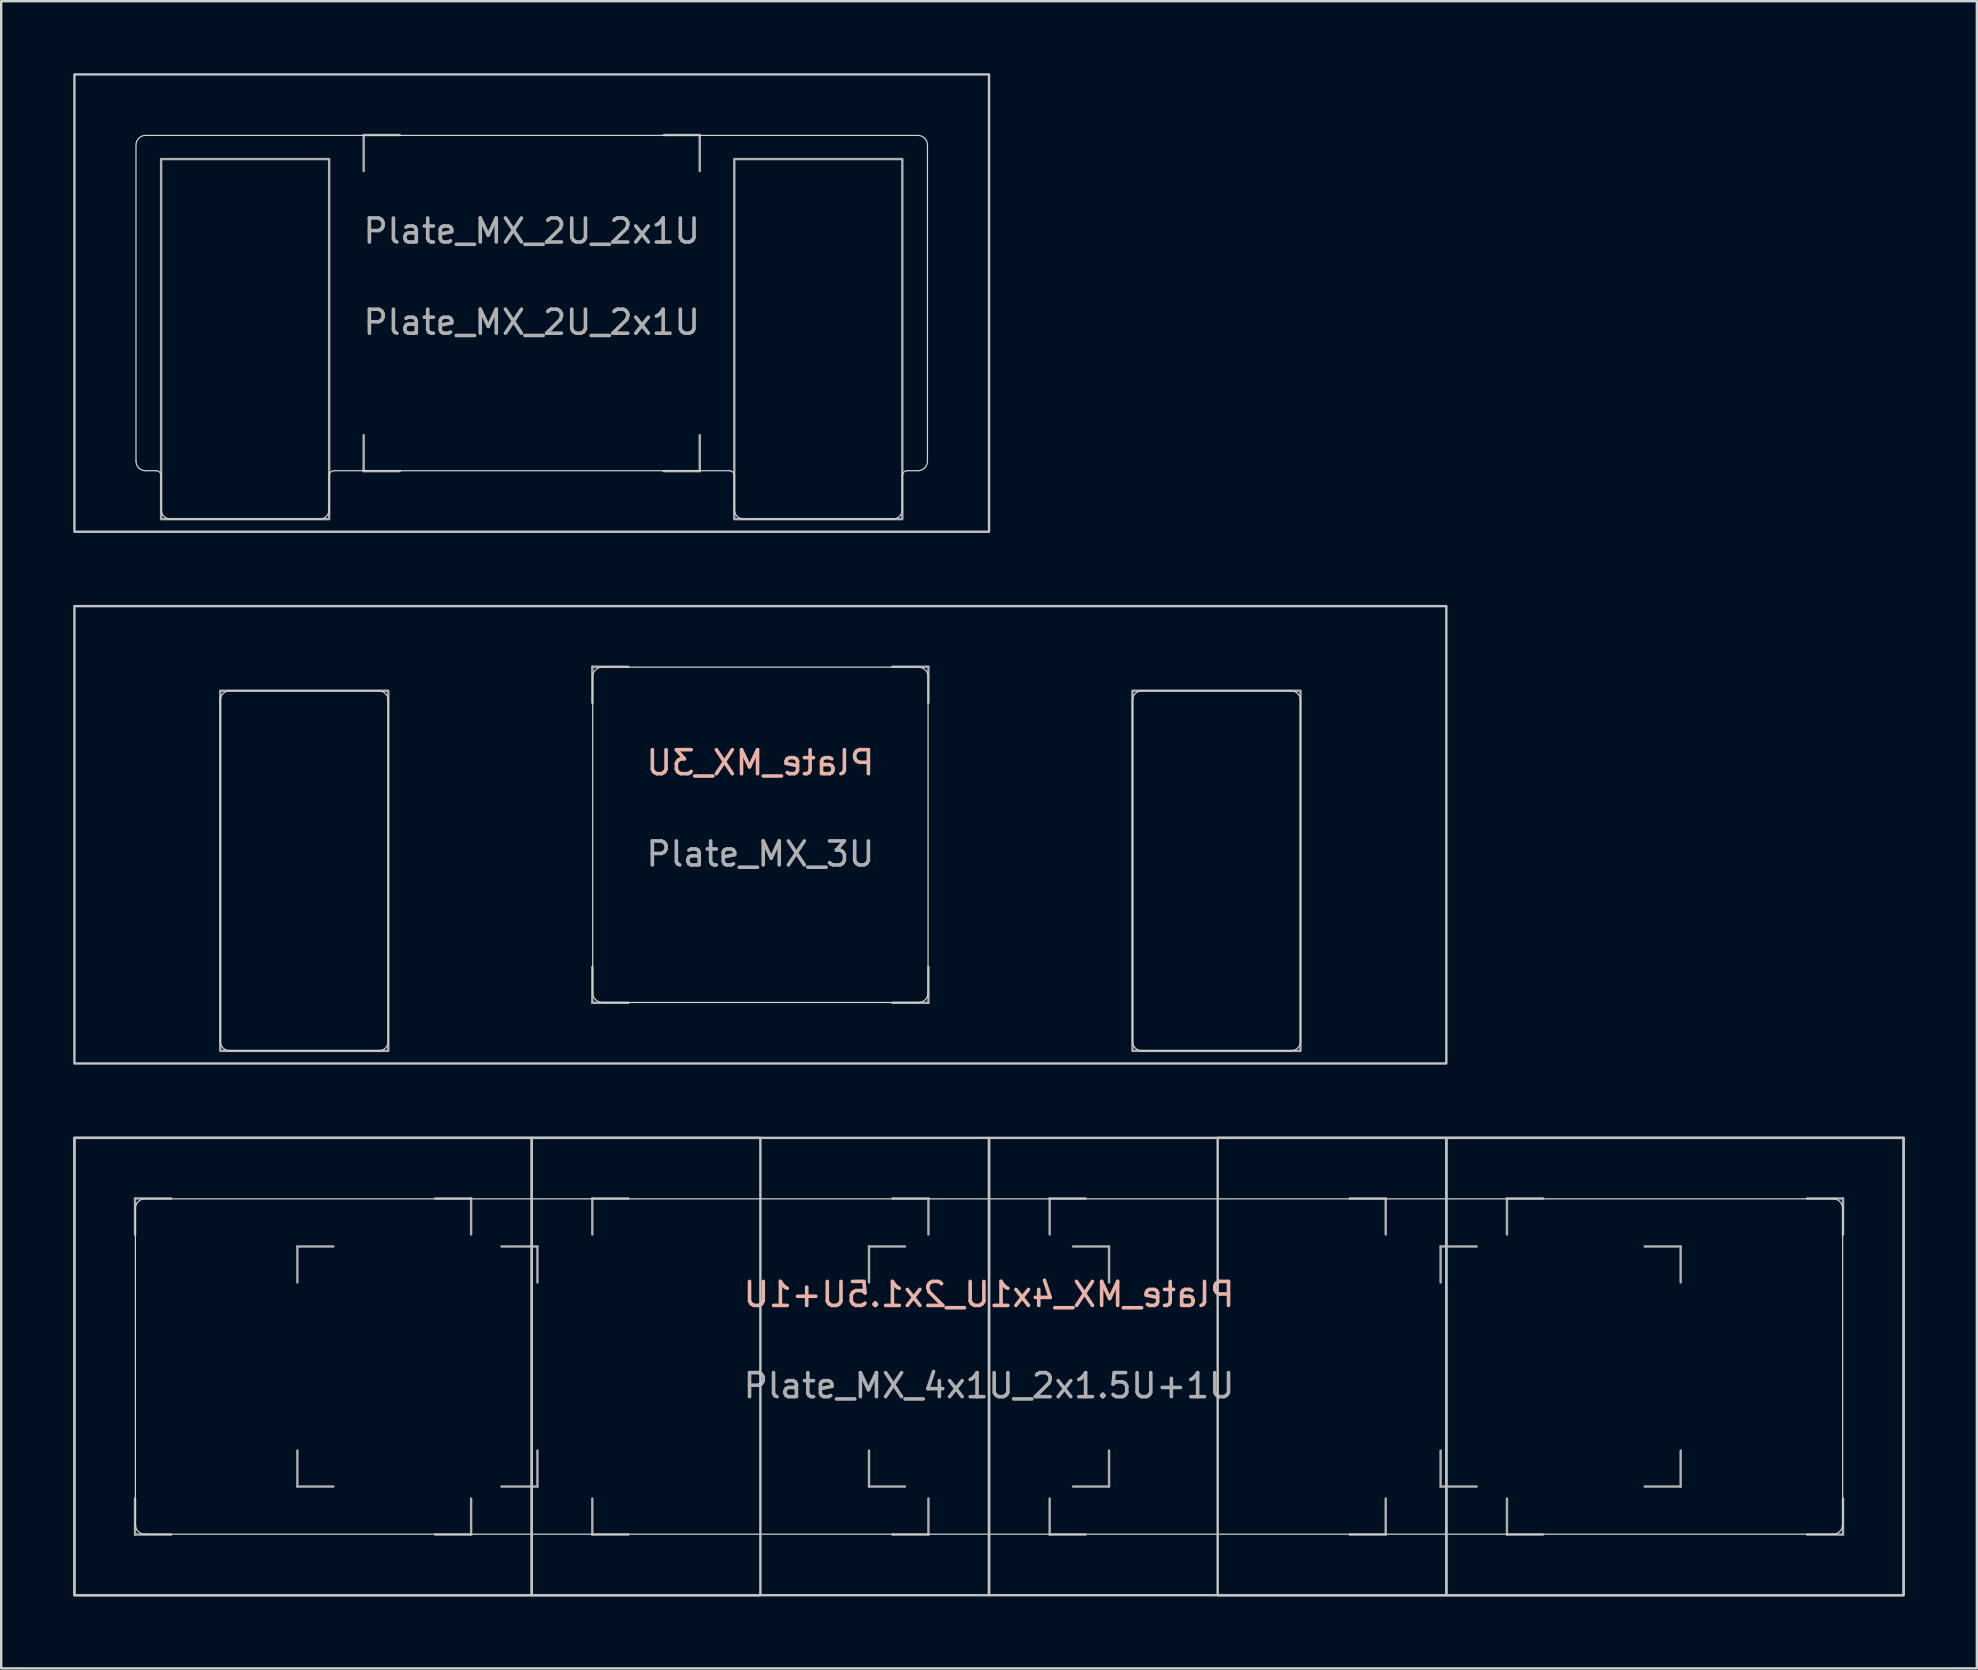
<source format=kicad_pcb>
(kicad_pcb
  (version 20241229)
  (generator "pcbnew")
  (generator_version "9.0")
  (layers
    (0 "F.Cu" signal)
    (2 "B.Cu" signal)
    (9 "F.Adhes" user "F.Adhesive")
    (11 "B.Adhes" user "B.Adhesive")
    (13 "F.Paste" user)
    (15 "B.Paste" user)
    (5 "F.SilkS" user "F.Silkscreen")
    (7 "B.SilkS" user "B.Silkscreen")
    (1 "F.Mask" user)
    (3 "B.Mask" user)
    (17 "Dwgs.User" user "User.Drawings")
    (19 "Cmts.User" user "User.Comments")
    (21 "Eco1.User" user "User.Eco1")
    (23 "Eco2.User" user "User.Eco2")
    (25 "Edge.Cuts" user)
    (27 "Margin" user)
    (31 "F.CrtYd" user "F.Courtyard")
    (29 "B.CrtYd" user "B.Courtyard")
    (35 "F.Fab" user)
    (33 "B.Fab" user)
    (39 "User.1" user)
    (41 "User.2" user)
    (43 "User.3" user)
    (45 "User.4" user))
  (footprint "Plate_MX_4x1U_2x1.5U+1U"
    (layer "F.Cu")
    (at 38.15 53.875)
    (property "Reference" "Plate_MX_4x1U_2x1.5U+1U" (at 0 -3 0) (layer "B.SilkS") (effects (font (size 1 1) (thickness 0.15)) (justify mirror)))
    (attr exclude_from_pos_files exclude_from_bom)
    (fp_rect (start -38.1 -9.525) (end -19.05 9.525) (stroke (width 0.1) (type default)) (fill no) (layer "Dwgs.User"))
    (fp_rect (start -38.1 -9.525) (end -9.525 9.525) (stroke (width 0.1) (type default)) (fill no) (layer "Dwgs.User"))
    (fp_rect (start -19.05 -9.525) (end 0 9.525) (stroke (width 0.1) (type default)) (fill no) (layer "Dwgs.User"))
    (fp_rect (start 0 -9.525) (end 19.05 9.525) (stroke (width 0.1) (type default)) (fill no) (layer "Dwgs.User"))
    (fp_rect (start 9.525 -9.525) (end 38.1 9.525) (stroke (width 0.1) (type default)) (fill no) (layer "Dwgs.User"))
    (fp_rect (start 19.05 -9.525) (end 38.1 9.525) (stroke (width 0.1) (type default)) (fill no) (layer "Dwgs.User"))
    (fp_line (start -35.56 6.585) (end -35.56 -6.585) (stroke (width 0.05) (type default)) (layer "Edge.Cuts"))
    (fp_line (start -35.16 -6.985) (end 35.16 -6.985) (stroke (width 0.05) (type default)) (layer "Edge.Cuts"))
    (fp_line (start 35.16 6.985) (end -35.16 6.985) (stroke (width 0.05) (type default)) (layer "Edge.Cuts"))
    (fp_line (start 35.56 -6.585) (end 35.56 6.585) (stroke (width 0.05) (type default)) (layer "Edge.Cuts"))
    (fp_arc (start -35.56 -6.585) (mid -35.442843 -6.867843) (end -35.16 -6.985) (stroke (width 0.05) (type default)) (layer "Edge.Cuts"))
    (fp_arc (start -35.16 6.985) (mid -35.442843 6.867843) (end -35.56 6.585) (stroke (width 0.05) (type default)) (layer "Edge.Cuts"))
    (fp_arc (start 35.16 -6.985) (mid 35.442843 -6.867843) (end 35.56 -6.585) (stroke (width 0.05) (type default)) (layer "Edge.Cuts"))
    (fp_arc (start 35.56 6.585) (mid 35.442843 6.867843) (end 35.16 6.985) (stroke (width 0.05) (type default)) (layer "Edge.Cuts"))
    (fp_line (start -35.575 -7) (end -35.575 -5.5) (stroke (width 0.1) (type default)) (layer "F.Fab"))
    (fp_line (start -35.575 -7) (end -34.075 -7) (stroke (width 0.1) (type default)) (layer "F.Fab"))
    (fp_line (start -35.575 5.5) (end -35.575 7) (stroke (width 0.1) (type default)) (layer "F.Fab"))
    (fp_line (start -34.075 7) (end -35.575 7) (stroke (width 0.1) (type default)) (layer "F.Fab"))
    (fp_line (start -28.812 -5) (end -28.812 -3.5) (stroke (width 0.1) (type default)) (layer "F.Fab"))
    (fp_line (start -28.812 -5) (end -27.312 -5) (stroke (width 0.1) (type default)) (layer "F.Fab"))
    (fp_line (start -28.812 3.5) (end -28.812 5) (stroke (width 0.1) (type default)) (layer "F.Fab"))
    (fp_line (start -27.312 5) (end -28.812 5) (stroke (width 0.1) (type default)) (layer "F.Fab"))
    (fp_line (start -23.075 -7) (end -21.575 -7) (stroke (width 0.1) (type default)) (layer "F.Fab"))
    (fp_line (start -21.575 -5.5) (end -21.575 -7) (stroke (width 0.1) (type default)) (layer "F.Fab"))
    (fp_line (start -21.575 7) (end -23.075 7) (stroke (width 0.1) (type default)) (layer "F.Fab"))
    (fp_line (start -21.575 7) (end -21.575 5.5) (stroke (width 0.1) (type default)) (layer "F.Fab"))
    (fp_line (start -20.312 -5) (end -18.812 -5) (stroke (width 0.1) (type default)) (layer "F.Fab"))
    (fp_line (start -18.812 -3.5) (end -18.812 -5) (stroke (width 0.1) (type default)) (layer "F.Fab"))
    (fp_line (start -18.812 5) (end -20.312 5) (stroke (width 0.1) (type default)) (layer "F.Fab"))
    (fp_line (start -18.812 5) (end -18.812 3.5) (stroke (width 0.1) (type default)) (layer "F.Fab"))
    (fp_line (start -16.525 -7) (end -16.525 -5.5) (stroke (width 0.1) (type default)) (layer "F.Fab"))
    (fp_line (start -16.525 -7) (end -15.025 -7) (stroke (width 0.1) (type default)) (layer "F.Fab"))
    (fp_line (start -16.525 5.5) (end -16.525 7) (stroke (width 0.1) (type default)) (layer "F.Fab"))
    (fp_line (start -15.025 7) (end -16.525 7) (stroke (width 0.1) (type default)) (layer "F.Fab"))
    (fp_line (start -5 -5) (end -5 -3.5) (stroke (width 0.1) (type default)) (layer "F.Fab"))
    (fp_line (start -5 -5) (end -3.5 -5) (stroke (width 0.1) (type default)) (layer "F.Fab"))
    (fp_line (start -5 3.5) (end -5 5) (stroke (width 0.1) (type default)) (layer "F.Fab"))
    (fp_line (start -4.025 -7) (end -2.525 -7) (stroke (width 0.1) (type default)) (layer "F.Fab"))
    (fp_line (start -3.5 5) (end -5 5) (stroke (width 0.1) (type default)) (layer "F.Fab"))
    (fp_line (start -2.525 -5.5) (end -2.525 -7) (stroke (width 0.1) (type default)) (layer "F.Fab"))
    (fp_line (start -2.525 7) (end -4.025 7) (stroke (width 0.1) (type default)) (layer "F.Fab"))
    (fp_line (start -2.525 7) (end -2.525 5.5) (stroke (width 0.1) (type default)) (layer "F.Fab"))
    (fp_line (start 2.525 -7) (end 2.525 -5.5) (stroke (width 0.1) (type default)) (layer "F.Fab"))
    (fp_line (start 2.525 -7) (end 4.025 -7) (stroke (width 0.1) (type default)) (layer "F.Fab"))
    (fp_line (start 2.525 5.5) (end 2.525 7) (stroke (width 0.1) (type default)) (layer "F.Fab"))
    (fp_line (start 3.5 -5) (end 5 -5) (stroke (width 0.1) (type default)) (layer "F.Fab"))
    (fp_line (start 4.025 7) (end 2.525 7) (stroke (width 0.1) (type default)) (layer "F.Fab"))
    (fp_line (start 5 -3.5) (end 5 -5) (stroke (width 0.1) (type default)) (layer "F.Fab"))
    (fp_line (start 5 5) (end 3.5 5) (stroke (width 0.1) (type default)) (layer "F.Fab"))
    (fp_line (start 5 5) (end 5 3.5) (stroke (width 0.1) (type default)) (layer "F.Fab"))
    (fp_line (start 15.025 -7) (end 16.525 -7) (stroke (width 0.1) (type default)) (layer "F.Fab"))
    (fp_line (start 16.525 -5.5) (end 16.525 -7) (stroke (width 0.1) (type default)) (layer "F.Fab"))
    (fp_line (start 16.525 7) (end 15.025 7) (stroke (width 0.1) (type default)) (layer "F.Fab"))
    (fp_line (start 16.525 7) (end 16.525 5.5) (stroke (width 0.1) (type default)) (layer "F.Fab"))
    (fp_line (start 18.812 -5) (end 18.812 -3.5) (stroke (width 0.1) (type default)) (layer "F.Fab"))
    (fp_line (start 18.812 -5) (end 20.312 -5) (stroke (width 0.1) (type default)) (layer "F.Fab"))
    (fp_line (start 18.812 3.5) (end 18.812 5) (stroke (width 0.1) (type default)) (layer "F.Fab"))
    (fp_line (start 20.312 5) (end 18.812 5) (stroke (width 0.1) (type default)) (layer "F.Fab"))
    (fp_line (start 21.575 -7) (end 21.575 -5.5) (stroke (width 0.1) (type default)) (layer "F.Fab"))
    (fp_line (start 21.575 -7) (end 23.075 -7) (stroke (width 0.1) (type default)) (layer "F.Fab"))
    (fp_line (start 21.575 5.5) (end 21.575 7) (stroke (width 0.1) (type default)) (layer "F.Fab"))
    (fp_line (start 23.075 7) (end 21.575 7) (stroke (width 0.1) (type default)) (layer "F.Fab"))
    (fp_line (start 27.312 -5) (end 28.812 -5) (stroke (width 0.1) (type default)) (layer "F.Fab"))
    (fp_line (start 28.812 -3.5) (end 28.812 -5) (stroke (width 0.1) (type default)) (layer "F.Fab"))
    (fp_line (start 28.812 5) (end 27.312 5) (stroke (width 0.1) (type default)) (layer "F.Fab"))
    (fp_line (start 28.812 5) (end 28.812 3.5) (stroke (width 0.1) (type default)) (layer "F.Fab"))
    (fp_line (start 34.075 -7) (end 35.575 -7) (stroke (width 0.1) (type default)) (layer "F.Fab"))
    (fp_line (start 35.575 -5.5) (end 35.575 -7) (stroke (width 0.1) (type default)) (layer "F.Fab"))
    (fp_line (start 35.575 7) (end 34.075 7) (stroke (width 0.1) (type default)) (layer "F.Fab"))
    (fp_line (start 35.575 7) (end 35.575 5.5) (stroke (width 0.1) (type default)) (layer "F.Fab"))
    (fp_text user "${REFERENCE}" (at 0 0.8 0) (layer "F.Fab") (effects (font (size 1 1) (thickness 0.15)))))
  (footprint "Plate_MX_3U"
    (layer "F.Cu")
    (at 28.625 31.725)
    (property "Reference" "Plate_MX_3U" (at 0 -3 0) (layer "B.SilkS") (effects (font (size 1 1) (thickness 0.15)) (justify mirror)))
    (attr exclude_from_pos_files exclude_from_bom)
    (fp_rect (start -28.575 -9.525) (end 28.575 9.525) (stroke (width 0.1) (type default)) (fill no) (layer "Dwgs.User"))
    (fp_line (start -22.5 8.6) (end -22.5 -5.6) (stroke (width 0.05) (type default)) (layer "Edge.Cuts"))
    (fp_line (start -22.1 -6) (end -15.9 -6) (stroke (width 0.05) (type default)) (layer "Edge.Cuts"))
    (fp_line (start -15.9 9) (end -22.1 9) (stroke (width 0.05) (type default)) (layer "Edge.Cuts"))
    (fp_line (start -15.5 -5.6) (end -15.5 8.6) (stroke (width 0.05) (type default)) (layer "Edge.Cuts"))
    (fp_line (start -6.985 6.585) (end -6.985 -6.585) (stroke (width 0.05) (type default)) (layer "Edge.Cuts"))
    (fp_line (start -6.585 -6.985) (end 6.585 -6.985) (stroke (width 0.05) (type default)) (layer "Edge.Cuts"))
    (fp_line (start 6.585 6.985) (end -6.585 6.985) (stroke (width 0.05) (type default)) (layer "Edge.Cuts"))
    (fp_line (start 6.985 -6.585) (end 6.985 6.585) (stroke (width 0.05) (type default)) (layer "Edge.Cuts"))
    (fp_line (start 15.5 8.6) (end 15.5 -5.6) (stroke (width 0.05) (type default)) (layer "Edge.Cuts"))
    (fp_line (start 15.9 -6) (end 22.1 -6) (stroke (width 0.05) (type default)) (layer "Edge.Cuts"))
    (fp_line (start 22.1 9) (end 15.9 9) (stroke (width 0.05) (type default)) (layer "Edge.Cuts"))
    (fp_line (start 22.5 -5.6) (end 22.5 8.6) (stroke (width 0.05) (type default)) (layer "Edge.Cuts"))
    (fp_arc (start -22.5 -5.6) (mid -22.382843 -5.882843) (end -22.1 -6) (stroke (width 0.05) (type default)) (layer "Edge.Cuts"))
    (fp_arc (start -22.1 9) (mid -22.382843 8.882843) (end -22.5 8.6) (stroke (width 0.05) (type default)) (layer "Edge.Cuts"))
    (fp_arc (start -15.9 -6) (mid -15.617157 -5.882843) (end -15.5 -5.6) (stroke (width 0.05) (type default)) (layer "Edge.Cuts"))
    (fp_arc (start -15.5 8.6) (mid -15.617157 8.882843) (end -15.9 9) (stroke (width 0.05) (type default)) (layer "Edge.Cuts"))
    (fp_arc (start -6.985 -6.585) (mid -6.867843 -6.867843) (end -6.585 -6.985) (stroke (width 0.05) (type default)) (layer "Edge.Cuts"))
    (fp_arc (start -6.585 6.985) (mid -6.867843 6.867843) (end -6.985 6.585) (stroke (width 0.05) (type default)) (layer "Edge.Cuts"))
    (fp_arc (start 6.585 -6.985) (mid 6.867843 -6.867843) (end 6.985 -6.585) (stroke (width 0.05) (type default)) (layer "Edge.Cuts"))
    (fp_arc (start 6.985 6.585) (mid 6.867843 6.867843) (end 6.585 6.985) (stroke (width 0.05) (type default)) (layer "Edge.Cuts"))
    (fp_arc (start 15.5 -5.6) (mid 15.617157 -5.882843) (end 15.9 -6) (stroke (width 0.05) (type default)) (layer "Edge.Cuts"))
    (fp_arc (start 15.9 9) (mid 15.617157 8.882843) (end 15.5 8.6) (stroke (width 0.05) (type default)) (layer "Edge.Cuts"))
    (fp_arc (start 22.1 -6) (mid 22.382843 -5.882843) (end 22.5 -5.6) (stroke (width 0.05) (type default)) (layer "Edge.Cuts"))
    (fp_arc (start 22.5 8.6) (mid 22.382843 8.882843) (end 22.1 9) (stroke (width 0.05) (type default)) (layer "Edge.Cuts"))
    (fp_line (start -7 -7) (end -7 -5.5) (stroke (width 0.1) (type default)) (layer "F.Fab"))
    (fp_line (start -7 -7) (end -5.5 -7) (stroke (width 0.1) (type default)) (layer "F.Fab"))
    (fp_line (start -7 5.5) (end -7 7) (stroke (width 0.1) (type default)) (layer "F.Fab"))
    (fp_line (start -5.5 7) (end -7 7) (stroke (width 0.1) (type default)) (layer "F.Fab"))
    (fp_line (start 5.5 -7) (end 7 -7) (stroke (width 0.1) (type default)) (layer "F.Fab"))
    (fp_line (start 7 -5.5) (end 7 -7) (stroke (width 0.1) (type default)) (layer "F.Fab"))
    (fp_line (start 7 7) (end 5.5 7) (stroke (width 0.1) (type default)) (layer "F.Fab"))
    (fp_line (start 7 7) (end 7 5.5) (stroke (width 0.1) (type default)) (layer "F.Fab"))
    (fp_rect (start -22.5 -6) (end -15.5 9) (stroke (width 0.1) (type default)) (fill no) (layer "F.Fab"))
    (fp_rect (start 15.5 -6) (end 22.5 9) (stroke (width 0.1) (type default)) (fill no) (layer "F.Fab"))
    (fp_text user "${REFERENCE}" (at 0 0.8 0) (layer "F.Fab") (effects (font (size 1 1) (thickness 0.15)))))
  (footprint "Plate_MX_2U_2x1U"
    (layer "F.Cu")
    (at 19.1 9.575)
    (property "Reference" "Plate_MX_2U_2x1U" (at 0 -3 0) (layer "F.Fab") (effects (font (size 1 1) (thickness 0.15))))
    (attr through_hole exclude_from_pos_files exclude_from_bom)
    (fp_rect (start -19.05 -9.525) (end 19.05 9.525) (stroke (width 0.1) (type default)) (fill no) (layer "Dwgs.User"))
    (fp_line (start -16.485 6.585) (end -16.485 -6.585) (stroke (width 0.05) (type default)) (layer "Edge.Cuts"))
    (fp_line (start -16.085 -6.985) (end 16.085 -6.985) (stroke (width 0.05) (type default)) (layer "Edge.Cuts"))
    (fp_line (start -15.638 6.985) (end -16.085 6.985) (stroke (width 0.05) (type default)) (layer "Edge.Cuts"))
    (fp_line (start -15.438 7.185) (end -15.438 8.6) (stroke (width 0.05) (type default)) (layer "Edge.Cuts"))
    (fp_line (start -15.038 9) (end -8.838 9) (stroke (width 0.05) (type default)) (layer "Edge.Cuts"))
    (fp_line (start -8.438 7.185) (end -8.438 8.6) (stroke (width 0.05) (type default)) (layer "Edge.Cuts"))
    (fp_line (start 8.238 6.985) (end -8.238 6.985) (stroke (width 0.05) (type default)) (layer "Edge.Cuts"))
    (fp_line (start 8.438 7.185) (end 8.438 8.6) (stroke (width 0.05) (type default)) (layer "Edge.Cuts"))
    (fp_line (start 15.038 9) (end 8.838 9) (stroke (width 0.05) (type default)) (layer "Edge.Cuts"))
    (fp_line (start 15.438 7.185) (end 15.438 8.6) (stroke (width 0.05) (type default)) (layer "Edge.Cuts"))
    (fp_line (start 15.638 6.985) (end 16.085 6.985) (stroke (width 0.05) (type default)) (layer "Edge.Cuts"))
    (fp_line (start 16.485 -6.585) (end 16.485 6.585) (stroke (width 0.05) (type default)) (layer "Edge.Cuts"))
    (fp_arc (start -16.485 -6.585) (mid -16.367843 -6.867843) (end -16.085 -6.985) (stroke (width 0.05) (type default)) (layer "Edge.Cuts"))
    (fp_arc (start -16.085 6.985) (mid -16.367843 6.867843) (end -16.485 6.585) (stroke (width 0.05) (type default)) (layer "Edge.Cuts"))
    (fp_arc (start -15.638 6.985) (mid -15.49658 7.04358) (end -15.438 7.185) (stroke (width 0.05) (type default)) (layer "Edge.Cuts"))
    (fp_arc (start -15.038 9) (mid -15.320843 8.882843) (end -15.438 8.6) (stroke (width 0.05) (type default)) (layer "Edge.Cuts"))
    (fp_arc (start -8.438 7.185) (mid -8.379421 7.043579) (end -8.238 6.985) (stroke (width 0.05) (type default)) (layer "Edge.Cuts"))
    (fp_arc (start -8.438 8.6) (mid -8.555157 8.882843) (end -8.838 9) (stroke (width 0.05) (type default)) (layer "Edge.Cuts"))
    (fp_arc (start 8.238 6.985) (mid 8.379421 7.043579) (end 8.438 7.185) (stroke (width 0.05) (type default)) (layer "Edge.Cuts"))
    (fp_arc (start 8.838 9) (mid 8.555157 8.882843) (end 8.438 8.6) (stroke (width 0.05) (type default)) (layer "Edge.Cuts"))
    (fp_arc (start 15.438 7.185) (mid 15.496579 7.043579) (end 15.638 6.985) (stroke (width 0.05) (type default)) (layer "Edge.Cuts"))
    (fp_arc (start 15.438 8.6) (mid 15.320843 8.882843) (end 15.038 9) (stroke (width 0.05) (type default)) (layer "Edge.Cuts"))
    (fp_arc (start 16.085 -6.985) (mid 16.367843 -6.867843) (end 16.485 -6.585) (stroke (width 0.05) (type default)) (layer "Edge.Cuts"))
    (fp_arc (start 16.485 6.585) (mid 16.367843 6.867843) (end 16.085 6.985) (stroke (width 0.05) (type default)) (layer "Edge.Cuts"))
    (fp_line (start -7 -7) (end -7 -5.5) (stroke (width 0.1) (type default)) (layer "F.Fab"))
    (fp_line (start -7 -7) (end -5.5 -7) (stroke (width 0.1) (type default)) (layer "F.Fab"))
    (fp_line (start -7 5.5) (end -7 7) (stroke (width 0.1) (type default)) (layer "F.Fab"))
    (fp_line (start -5.5 7) (end -7 7) (stroke (width 0.1) (type default)) (layer "F.Fab"))
    (fp_line (start 5.5 -7) (end 7 -7) (stroke (width 0.1) (type default)) (layer "F.Fab"))
    (fp_line (start 7 -5.5) (end 7 -7) (stroke (width 0.1) (type default)) (layer "F.Fab"))
    (fp_line (start 7 7) (end 5.5 7) (stroke (width 0.1) (type default)) (layer "F.Fab"))
    (fp_line (start 7 7) (end 7 5.5) (stroke (width 0.1) (type default)) (layer "F.Fab"))
    (fp_rect (start -15.438 -6) (end -8.438 9) (stroke (width 0.1) (type default)) (fill no) (layer "F.Fab"))
    (fp_rect (start 8.438 -6) (end 15.438 9) (stroke (width 0.1) (type default)) (fill no) (layer "F.Fab"))
    (fp_text user "${REFERENCE}" (at 0 0.8 0) (layer "F.Fab") (effects (font (size 1 1) (thickness 0.15)))))
  (gr_rect
    (start -3 -3)
    (end 79.3 66.45)
    (stroke (width 0.1) (type default))
    (fill no)
    (layer "Edge.Cuts")))
</source>
